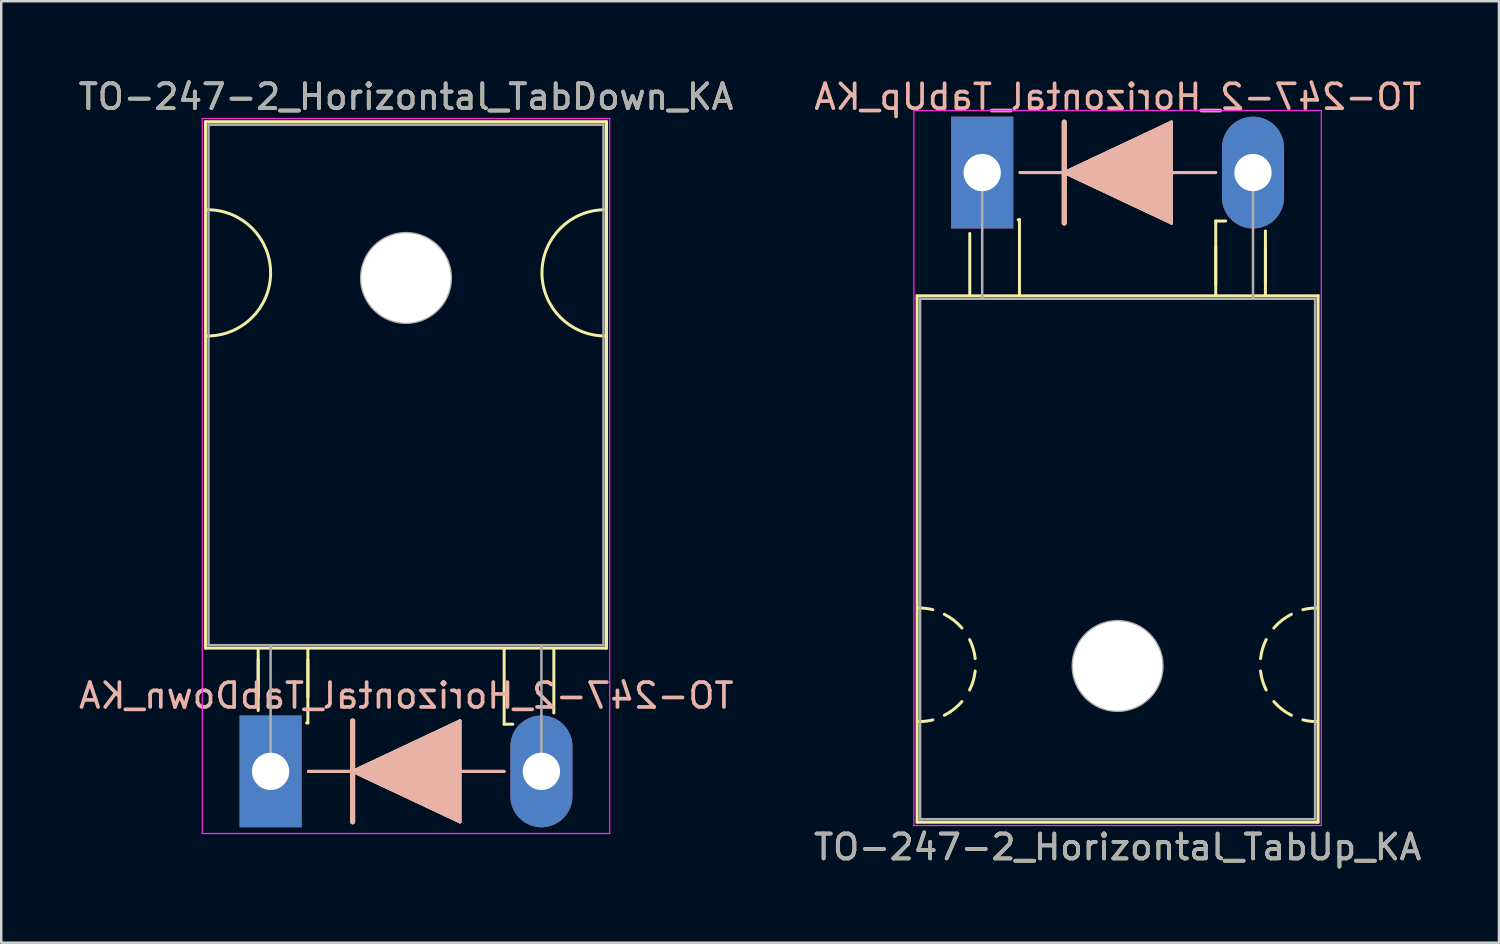
<source format=kicad_pcb>
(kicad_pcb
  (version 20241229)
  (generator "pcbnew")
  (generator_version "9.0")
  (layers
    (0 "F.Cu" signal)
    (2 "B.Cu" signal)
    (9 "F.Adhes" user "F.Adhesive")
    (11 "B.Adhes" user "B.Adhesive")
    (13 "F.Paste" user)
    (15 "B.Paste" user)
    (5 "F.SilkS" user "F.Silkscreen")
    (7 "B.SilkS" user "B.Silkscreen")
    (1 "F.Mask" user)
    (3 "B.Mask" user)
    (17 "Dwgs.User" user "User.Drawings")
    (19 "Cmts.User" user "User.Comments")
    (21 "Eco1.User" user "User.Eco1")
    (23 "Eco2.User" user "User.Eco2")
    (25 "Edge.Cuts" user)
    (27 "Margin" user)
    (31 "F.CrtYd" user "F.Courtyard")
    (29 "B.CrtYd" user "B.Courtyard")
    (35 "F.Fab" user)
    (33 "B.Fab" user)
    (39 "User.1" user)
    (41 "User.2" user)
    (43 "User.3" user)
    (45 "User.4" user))
  (footprint "TO-247-2_Horizontal_TabUp_KA"
    (layer "F.Cu")
    (at 36.484 3.896)
    (property "Reference" "TO-247-2_Horizontal_TabUp_KA" (at 5.45 27.15 0) (layer "F.SilkS") (effects (font (size 1 1) (thickness 0.15))))
    (fp_line (start -2.62 4.96) (end -2.62 26.15) (stroke (width 0.12) (type solid)) (layer "F.SilkS"))
    (fp_line (start -2.62 4.96) (end 13.52 4.96) (stroke (width 0.12) (type solid)) (layer "F.SilkS"))
    (fp_line (start -2.62 26.15) (end 13.52 26.15) (stroke (width 0.12) (type solid)) (layer "F.SilkS"))
    (fp_line (start -0.5 4.9) (end -0.5 2.45) (stroke (width 0.12) (type solid)) (layer "F.SilkS"))
    (fp_line (start 1.5 1.9) (end 1.45 1.9) (stroke (width 0.12) (type solid)) (layer "F.SilkS"))
    (fp_line (start 1.5 4.9) (end 1.5 1.9) (stroke (width 0.12) (type solid)) (layer "F.SilkS"))
    (fp_line (start 1.524 0) (end 3.302 0) (stroke (width 0.12) (type solid)) (layer "F.SilkS"))
    (fp_line (start 3.302 0) (end 3.302 -2.032) (stroke (width 0.2) (type solid)) (layer "F.SilkS"))
    (fp_line (start 3.302 0) (end 7.62 -2.032) (stroke (width 0.12) (type solid)) (layer "F.SilkS"))
    (fp_line (start 3.302 2.032) (end 3.302 0) (stroke (width 0.2) (type solid)) (layer "F.SilkS"))
    (fp_line (start 7.62 -2.032) (end 7.62 2.032) (stroke (width 0.12) (type solid)) (layer "F.SilkS"))
    (fp_line (start 7.62 0) (end 9.398 0) (stroke (width 0.12) (type solid)) (layer "F.SilkS"))
    (fp_line (start 7.62 2.032) (end 3.302 0) (stroke (width 0.12) (type solid)) (layer "F.SilkS"))
    (fp_line (start 9.4 1.95) (end 9.8 1.95) (stroke (width 0.12) (type solid)) (layer "F.SilkS"))
    (fp_line (start 9.4 4.5) (end 9.4 3) (stroke (width 0.12) (type solid)) (layer "F.SilkS"))
    (fp_line (start 9.4 4.95) (end 9.4 1.95) (stroke (width 0.12) (type solid)) (layer "F.SilkS"))
    (fp_line (start 11.4 4.5) (end 11.4 3) (stroke (width 0.12) (type solid)) (layer "F.SilkS"))
    (fp_line (start 11.4 4.95) (end 11.4 2.35) (stroke (width 0.12) (type solid)) (layer "F.SilkS"))
    (fp_line (start 13.52 4.96) (end 13.52 26.15) (stroke (width 0.12) (type solid)) (layer "F.SilkS"))
    (fp_arc (start -2.54 17.526) (mid -2.260689 17.543128) (end -1.985564 17.594254) (stroke (width 0.12) (type solid)) (layer "F.SilkS"))
    (fp_arc (start -1.985564 22.029746) (mid -2.260689 22.080872) (end -2.54 22.098) (stroke (width 0.12) (type solid)) (layer "F.SilkS"))
    (fp_arc (start -1.524001 17.780001) (mid -1.14188 18.02132) (end -0.815088 18.333504) (stroke (width 0.12) (type solid)) (layer "F.SilkS"))
    (fp_arc (start -0.815087 21.290497) (mid -1.141879 21.60268) (end -1.524 21.844) (stroke (width 0.12) (type solid)) (layer "F.SilkS"))
    (fp_arc (start -0.508001 18.796001) (mid -0.361178 19.168563) (end -0.282051 19.561117) (stroke (width 0.12) (type solid)) (layer "F.SilkS"))
    (fp_arc (start -0.282051 20.062883) (mid -0.361178 20.455437) (end -0.508001 20.827999) (stroke (width 0.12) (type solid)) (layer "F.SilkS"))
    (fp_arc (start 11.204051 19.561117) (mid 11.283178 19.168563) (end 11.430001 18.796001) (stroke (width 0.12) (type solid)) (layer "F.SilkS"))
    (fp_arc (start 11.430001 20.827999) (mid 11.283178 20.455437) (end 11.204051 20.062883) (stroke (width 0.12) (type solid)) (layer "F.SilkS"))
    (fp_arc (start 11.737087 18.333503) (mid 12.063879 18.02132) (end 12.446 17.78) (stroke (width 0.12) (type solid)) (layer "F.SilkS"))
    (fp_arc (start 12.446001 21.843999) (mid 12.06388 21.60268) (end 11.737088 21.290496) (stroke (width 0.12) (type solid)) (layer "F.SilkS"))
    (fp_arc (start 12.907564 17.594254) (mid 13.182689 17.543128) (end 13.462 17.526) (stroke (width 0.12) (type solid)) (layer "F.SilkS"))
    (fp_arc (start 13.462 22.098) (mid 13.182689 22.080872) (end 12.907564 22.029746) (stroke (width 0.12) (type solid)) (layer "F.SilkS"))
    (fp_poly (pts (xy 7.62 2.032) (xy 3.302 0) (xy 7.62 -2.032)) (stroke (width 0.1) (type solid)) (fill yes) (layer "F.SilkS"))
    (fp_line (start 1.524 0) (end 3.302 0) (stroke (width 0.12) (type solid)) (layer "B.SilkS"))
    (fp_line (start 3.302 -2.032) (end 3.302 0) (stroke (width 0.2) (type solid)) (layer "B.SilkS"))
    (fp_line (start 3.302 0) (end 3.302 2.032) (stroke (width 0.2) (type solid)) (layer "B.SilkS"))
    (fp_line (start 3.302 0) (end 7.62 2.032) (stroke (width 0.12) (type solid)) (layer "B.SilkS"))
    (fp_line (start 7.62 -2.032) (end 3.302 0) (stroke (width 0.12) (type solid)) (layer "B.SilkS"))
    (fp_line (start 7.62 0) (end 9.398 0) (stroke (width 0.12) (type solid)) (layer "B.SilkS"))
    (fp_line (start 7.62 2.032) (end 7.62 -2.032) (stroke (width 0.12) (type solid)) (layer "B.SilkS"))
    (fp_poly (pts (xy 7.62 -2.032) (xy 3.302 0) (xy 7.62 2.032)) (stroke (width 0.1) (type solid)) (fill yes) (layer "B.SilkS"))
    (fp_line (start -2.75 -2.5) (end -2.75 26.28) (stroke (width 0.05) (type solid)) (layer "F.CrtYd"))
    (fp_line (start -2.75 26.28) (end 13.65 26.28) (stroke (width 0.05) (type solid)) (layer "F.CrtYd"))
    (fp_line (start 13.65 -2.5) (end -2.75 -2.5) (stroke (width 0.05) (type solid)) (layer "F.CrtYd"))
    (fp_line (start 13.65 26.28) (end 13.65 -2.5) (stroke (width 0.05) (type solid)) (layer "F.CrtYd"))
    (fp_line (start -2.5 5.08) (end -2.5 26.03) (stroke (width 0.1) (type solid)) (layer "F.Fab"))
    (fp_line (start -2.5 26.03) (end 13.4 26.03) (stroke (width 0.1) (type solid)) (layer "F.Fab"))
    (fp_line (start 0 5.08) (end 0 0) (stroke (width 0.1) (type solid)) (layer "F.Fab"))
    (fp_line (start 10.9 5.08) (end 10.9 0) (stroke (width 0.1) (type solid)) (layer "F.Fab"))
    (fp_line (start 13.4 5.08) (end -2.5 5.08) (stroke (width 0.1) (type solid)) (layer "F.Fab"))
    (fp_line (start 13.4 26.03) (end 13.4 5.08) (stroke (width 0.1) (type solid)) (layer "F.Fab"))
    (fp_circle (center 5.45 19.86) (end 7.255 19.86) (stroke (width 0.1) (type solid)) (fill no) (layer "F.Fab"))
    (fp_text user "${REFERENCE}" (at 5.461 -3.048 0) (layer "B.SilkS") (effects (font (size 1 1) (thickness 0.15)) (justify mirror)))
    (fp_text user "${REFERENCE}" (at 5.45 27.15 0) (layer "F.Fab") (effects (font (size 1 1) (thickness 0.15))))
    (pad "" np_thru_hole oval (at 5.45 19.86) (size 3.6 3.6) (drill 3.6) (layers "*.Cu" "*.Mask"))
    (pad "1" thru_hole rect (at 0 0) (size 2.5 4.5) (drill 1.5) (layers "*.Cu" "*.Mask"))
    (pad "2" thru_hole oval (at 10.9 0) (size 2.5 4.5) (drill 1.5) (layers "*.Cu" "*.Mask")))
  (footprint "TO-247-2_Horizontal_TabDown_KA"
    (layer "F.Cu")
    (at 7.842 27.998)
    (property "Reference" "TO-247-2_Horizontal_TabDown_KA" (at 5.45 -27.15 0) (layer "F.SilkS") (effects (font (size 1 1) (thickness 0.15))))
    (fp_line (start -2.62 -26.15) (end -2.62 -4.96) (stroke (width 0.12) (type solid)) (layer "F.SilkS"))
    (fp_line (start -2.62 -26.15) (end 13.52 -26.15) (stroke (width 0.12) (type solid)) (layer "F.SilkS"))
    (fp_line (start -2.62 -4.96) (end 13.52 -4.96) (stroke (width 0.12) (type solid)) (layer "F.SilkS"))
    (fp_line (start -0.5 -4.95) (end -0.5 -2.45) (stroke (width 0.12) (type solid)) (layer "F.SilkS"))
    (fp_line (start -0.5 -4.5) (end -0.5 -3) (stroke (width 0.12) (type solid)) (layer "F.SilkS"))
    (fp_line (start 1.5 -4.95) (end 1.5 -1.95) (stroke (width 0.12) (type solid)) (layer "F.SilkS"))
    (fp_line (start 1.5 -4.5) (end 1.5 -3) (stroke (width 0.12) (type solid)) (layer "F.SilkS"))
    (fp_line (start 1.5 -1.95) (end 1.45 -1.95) (stroke (width 0.12) (type solid)) (layer "F.SilkS"))
    (fp_line (start 1.524 0) (end 3.302 0) (stroke (width 0.12) (type solid)) (layer "F.SilkS"))
    (fp_line (start 3.302 0) (end 3.302 -2.032) (stroke (width 0.2) (type solid)) (layer "F.SilkS"))
    (fp_line (start 3.302 0) (end 7.62 -2.032) (stroke (width 0.12) (type solid)) (layer "F.SilkS"))
    (fp_line (start 3.302 2.032) (end 3.302 0) (stroke (width 0.2) (type solid)) (layer "F.SilkS"))
    (fp_line (start 7.62 -2.032) (end 7.62 2.032) (stroke (width 0.12) (type solid)) (layer "F.SilkS"))
    (fp_line (start 7.62 0) (end 9.398 0) (stroke (width 0.12) (type solid)) (layer "F.SilkS"))
    (fp_line (start 7.62 2.032) (end 3.302 0) (stroke (width 0.12) (type solid)) (layer "F.SilkS"))
    (fp_line (start 9.4 -4.9) (end 9.4 -1.9) (stroke (width 0.12) (type solid)) (layer "F.SilkS"))
    (fp_line (start 9.4 -1.9) (end 9.75 -1.9) (stroke (width 0.12) (type solid)) (layer "F.SilkS"))
    (fp_line (start 11.4 -4.9) (end 11.4 -2.35) (stroke (width 0.12) (type solid)) (layer "F.SilkS"))
    (fp_line (start 13.52 -26.15) (end 13.52 -4.96) (stroke (width 0.12) (type solid)) (layer "F.SilkS"))
    (fp_arc (start -2.54 -22.606) (mid 0 -20.066) (end -2.54 -17.526) (stroke (width 0.12) (type solid)) (layer "F.SilkS"))
    (fp_arc (start 13.462 -17.526) (mid 10.922 -20.066) (end 13.462 -22.606) (stroke (width 0.12) (type solid)) (layer "F.SilkS"))
    (fp_poly (pts (xy 7.62 2.032) (xy 3.302 0) (xy 7.62 -2.032)) (stroke (width 0.1) (type solid)) (fill yes) (layer "F.SilkS"))
    (fp_line (start 1.524 0) (end 3.302 0) (stroke (width 0.12) (type solid)) (layer "B.SilkS"))
    (fp_line (start 3.302 -2.032) (end 3.302 0) (stroke (width 0.2) (type solid)) (layer "B.SilkS"))
    (fp_line (start 3.302 0) (end 3.302 2.032) (stroke (width 0.2) (type solid)) (layer "B.SilkS"))
    (fp_line (start 3.302 0) (end 7.62 2.032) (stroke (width 0.12) (type solid)) (layer "B.SilkS"))
    (fp_line (start 7.62 -2.032) (end 3.302 0) (stroke (width 0.12) (type solid)) (layer "B.SilkS"))
    (fp_line (start 7.62 0) (end 9.398 0) (stroke (width 0.12) (type solid)) (layer "B.SilkS"))
    (fp_line (start 7.62 2.032) (end 7.62 -2.032) (stroke (width 0.12) (type solid)) (layer "B.SilkS"))
    (fp_poly (pts (xy 7.62 -2.032) (xy 3.302 0) (xy 7.62 2.032)) (stroke (width 0.1) (type solid)) (fill yes) (layer "B.SilkS"))
    (fp_line (start -2.75 -26.28) (end -2.75 2.5) (stroke (width 0.05) (type solid)) (layer "F.CrtYd"))
    (fp_line (start -2.75 2.5) (end 13.65 2.5) (stroke (width 0.05) (type solid)) (layer "F.CrtYd"))
    (fp_line (start 13.65 -26.28) (end -2.75 -26.28) (stroke (width 0.05) (type solid)) (layer "F.CrtYd"))
    (fp_line (start 13.65 2.5) (end 13.65 -26.28) (stroke (width 0.05) (type solid)) (layer "F.CrtYd"))
    (fp_line (start -2.5 -26.03) (end 13.4 -26.03) (stroke (width 0.1) (type solid)) (layer "F.Fab"))
    (fp_line (start -2.5 -5.08) (end -2.5 -26.03) (stroke (width 0.1) (type solid)) (layer "F.Fab"))
    (fp_line (start 0 -5.08) (end 0 0) (stroke (width 0.1) (type solid)) (layer "F.Fab"))
    (fp_line (start 10.9 -5.08) (end 10.9 0) (stroke (width 0.1) (type solid)) (layer "F.Fab"))
    (fp_line (start 13.4 -26.03) (end 13.4 -5.08) (stroke (width 0.1) (type solid)) (layer "F.Fab"))
    (fp_line (start 13.4 -5.08) (end -2.5 -5.08) (stroke (width 0.1) (type solid)) (layer "F.Fab"))
    (fp_circle (center 5.45 -19.86) (end 7.255 -19.86) (stroke (width 0.1) (type solid)) (fill no) (layer "F.Fab"))
    (fp_text user "${REFERENCE}" (at 5.461 -3.048 0) (layer "B.SilkS") (effects (font (size 1 1) (thickness 0.15)) (justify mirror)))
    (fp_text user "${REFERENCE}" (at 5.45 -27.15 0) (layer "F.Fab") (effects (font (size 1 1) (thickness 0.15))))
    (pad "" np_thru_hole oval (at 5.45 -19.86) (size 3.6 3.6) (drill 3.6) (layers "*.Cu" "*.Mask"))
    (pad "1" thru_hole rect (at 0 0) (size 2.5 4.5) (drill 1.5) (layers "*.Cu" "*.Mask"))
    (pad "2" thru_hole oval (at 10.9 0) (size 2.5 4.5) (drill 1.5) (layers "*.Cu" "*.Mask")))
  (gr_rect
    (start -3 -3)
    (end 57.284 34.895)
    (stroke (width 0.1) (type default))
    (fill no)
    (layer "Edge.Cuts")))
</source>
